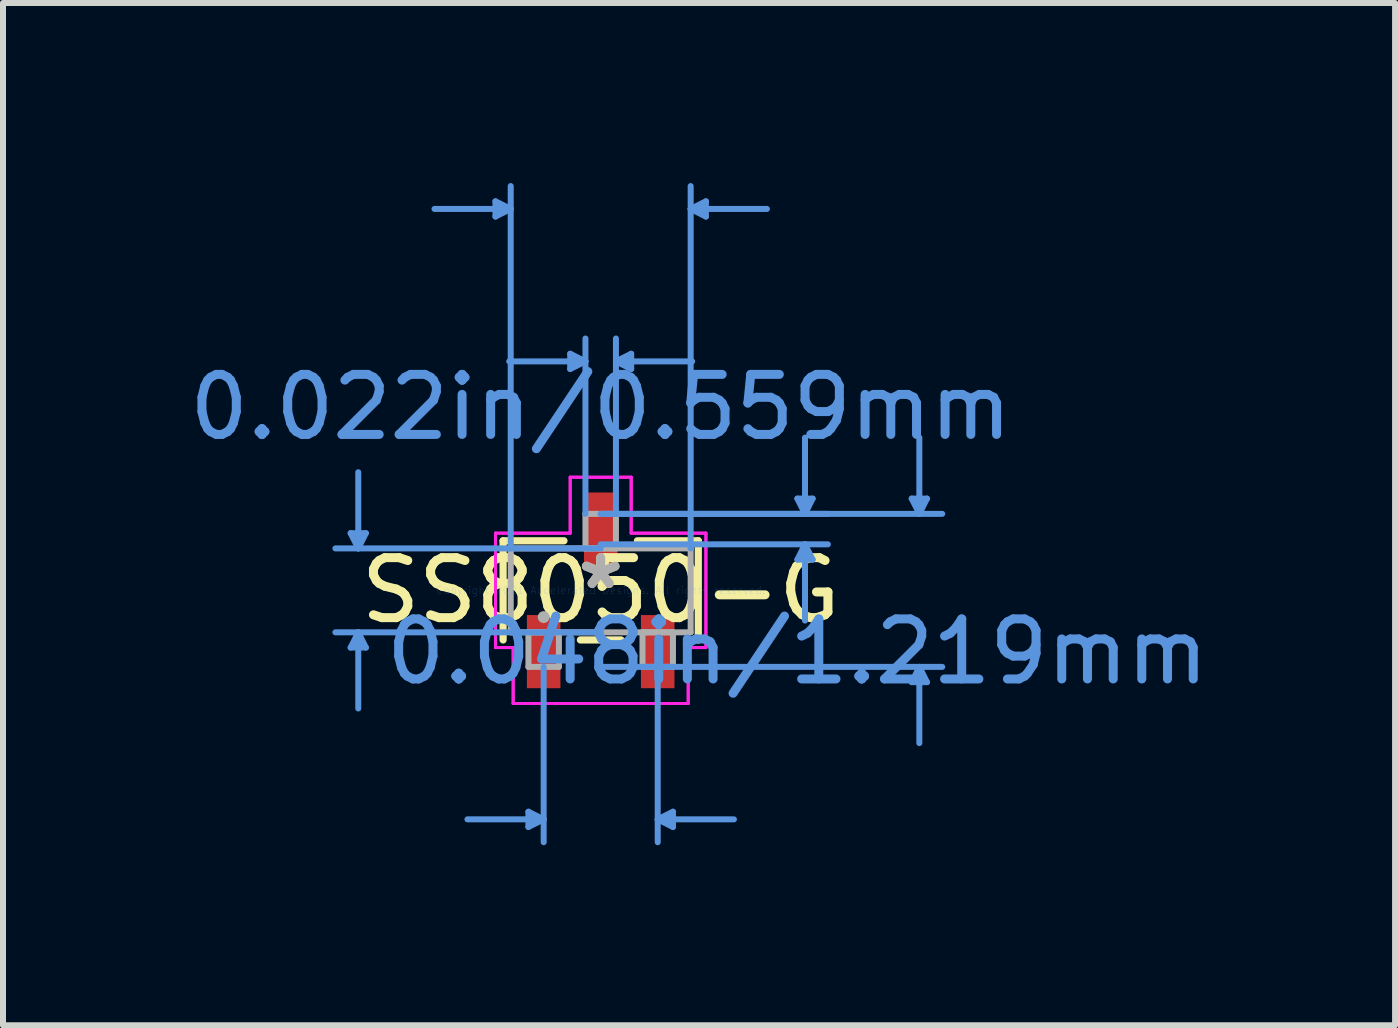
<source format=kicad_pcb>
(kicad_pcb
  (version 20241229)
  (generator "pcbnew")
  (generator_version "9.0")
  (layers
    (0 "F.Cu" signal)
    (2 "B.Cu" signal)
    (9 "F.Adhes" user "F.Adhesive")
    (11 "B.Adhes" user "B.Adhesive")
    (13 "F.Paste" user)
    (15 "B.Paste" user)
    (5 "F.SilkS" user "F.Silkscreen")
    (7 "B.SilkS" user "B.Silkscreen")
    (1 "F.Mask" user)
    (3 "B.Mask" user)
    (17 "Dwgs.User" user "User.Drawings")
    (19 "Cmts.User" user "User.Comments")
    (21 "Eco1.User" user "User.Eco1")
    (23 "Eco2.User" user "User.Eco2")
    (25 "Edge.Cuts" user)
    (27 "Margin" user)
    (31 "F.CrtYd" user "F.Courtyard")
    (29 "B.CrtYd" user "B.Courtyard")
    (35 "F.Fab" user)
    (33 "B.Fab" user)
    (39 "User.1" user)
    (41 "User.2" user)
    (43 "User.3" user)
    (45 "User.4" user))
  (footprint "SS8050-G"
    (layer "F.Cu")
    (at 6.958 6.786)
    (property "Reference" "SS8050-G" (at 0 0 0) (layer "F.SilkS") (effects (font (size 1 1) (thickness 0.15))))
    (attr through_hole)
    (fp_line (start -1.626 -0.826) (end -1.626 0.826) (stroke (width 0.12) (type solid)) (layer "F.SilkS"))
    (fp_line (start -0.612 -0.826) (end -1.626 -0.826) (stroke (width 0.12) (type solid)) (layer "F.SilkS"))
    (fp_line (start -0.338 0.826) (end 0.338 0.826) (stroke (width 0.12) (type solid)) (layer "F.SilkS"))
    (fp_line (start 1.626 -0.826) (end 0.612 -0.826) (stroke (width 0.12) (type solid)) (layer "F.SilkS"))
    (fp_line (start 1.626 0.826) (end 1.626 -0.826) (stroke (width 0.12) (type solid)) (layer "F.SilkS"))
    (fp_line (start -4.166 -0.953) (end -3.912 -0.953) (stroke (width 0.1) (type solid)) (layer "Cmts.User"))
    (fp_line (start -4.166 0.953) (end -3.912 0.953) (stroke (width 0.1) (type solid)) (layer "Cmts.User"))
    (fp_line (start -4.039 -0.699) (end -4.166 -0.953) (stroke (width 0.1) (type solid)) (layer "Cmts.User"))
    (fp_line (start -4.039 -0.699) (end -4.039 -1.968) (stroke (width 0.1) (type solid)) (layer "Cmts.User"))
    (fp_line (start -4.039 -0.699) (end -3.912 -0.953) (stroke (width 0.1) (type solid)) (layer "Cmts.User"))
    (fp_line (start -4.039 0.699) (end -4.166 0.953) (stroke (width 0.1) (type solid)) (layer "Cmts.User"))
    (fp_line (start -4.039 0.699) (end -4.039 1.968) (stroke (width 0.1) (type solid)) (layer "Cmts.User"))
    (fp_line (start -4.039 0.699) (end -3.912 0.953) (stroke (width 0.1) (type solid)) (layer "Cmts.User"))
    (fp_line (start -1.753 -6.482) (end -1.753 -6.228) (stroke (width 0.1) (type solid)) (layer "Cmts.User"))
    (fp_line (start -1.499 -6.355) (end -2.769 -6.355) (stroke (width 0.1) (type solid)) (layer "Cmts.User"))
    (fp_line (start -1.499 -6.355) (end -1.753 -6.482) (stroke (width 0.1) (type solid)) (layer "Cmts.User"))
    (fp_line (start -1.499 -6.355) (end -1.753 -6.228) (stroke (width 0.1) (type solid)) (layer "Cmts.User"))
    (fp_line (start -1.499 -0.699) (end -1.499 -6.736) (stroke (width 0.1) (type solid)) (layer "Cmts.User"))
    (fp_line (start -1.204 3.688) (end -1.204 3.942) (stroke (width 0.1) (type solid)) (layer "Cmts.User"))
    (fp_line (start -0.95 1.275) (end -0.95 4.196) (stroke (width 0.1) (type solid)) (layer "Cmts.User"))
    (fp_line (start -0.95 3.815) (end -2.22 3.815) (stroke (width 0.1) (type solid)) (layer "Cmts.User"))
    (fp_line (start -0.95 3.815) (end -1.204 3.688) (stroke (width 0.1) (type solid)) (layer "Cmts.User"))
    (fp_line (start -0.95 3.815) (end -1.204 3.942) (stroke (width 0.1) (type solid)) (layer "Cmts.User"))
    (fp_line (start -0.508 -3.942) (end -0.508 -3.688) (stroke (width 0.1) (type solid)) (layer "Cmts.User"))
    (fp_line (start -0.254 -3.815) (end -1.524 -3.815) (stroke (width 0.1) (type solid)) (layer "Cmts.User"))
    (fp_line (start -0.254 -3.815) (end -0.508 -3.942) (stroke (width 0.1) (type solid)) (layer "Cmts.User"))
    (fp_line (start -0.254 -3.815) (end -0.508 -3.688) (stroke (width 0.1) (type solid)) (layer "Cmts.User"))
    (fp_line (start -0.254 -1.275) (end -0.254 -4.196) (stroke (width 0.1) (type solid)) (layer "Cmts.User"))
    (fp_line (start 0 -1.275) (end 3.785 -1.275) (stroke (width 0.1) (type solid)) (layer "Cmts.User"))
    (fp_line (start 0 -1.275) (end 5.69 -1.275) (stroke (width 0.1) (type solid)) (layer "Cmts.User"))
    (fp_line (start 0 -0.767) (end 3.785 -0.767) (stroke (width 0.1) (type solid)) (layer "Cmts.User"))
    (fp_line (start 0 -0.699) (end -4.42 -0.699) (stroke (width 0.1) (type solid)) (layer "Cmts.User"))
    (fp_line (start 0 0.699) (end -4.42 0.699) (stroke (width 0.1) (type solid)) (layer "Cmts.User"))
    (fp_line (start 0 1.275) (end 5.69 1.275) (stroke (width 0.1) (type solid)) (layer "Cmts.User"))
    (fp_line (start 0.254 -3.815) (end 0.508 -3.942) (stroke (width 0.1) (type solid)) (layer "Cmts.User"))
    (fp_line (start 0.254 -3.815) (end 0.508 -3.688) (stroke (width 0.1) (type solid)) (layer "Cmts.User"))
    (fp_line (start 0.254 -3.815) (end 1.524 -3.815) (stroke (width 0.1) (type solid)) (layer "Cmts.User"))
    (fp_line (start 0.254 -1.275) (end 0.254 -4.196) (stroke (width 0.1) (type solid)) (layer "Cmts.User"))
    (fp_line (start 0.508 -3.942) (end 0.508 -3.688) (stroke (width 0.1) (type solid)) (layer "Cmts.User"))
    (fp_line (start 0.95 1.275) (end 0.95 4.196) (stroke (width 0.1) (type solid)) (layer "Cmts.User"))
    (fp_line (start 0.95 3.815) (end 1.204 3.688) (stroke (width 0.1) (type solid)) (layer "Cmts.User"))
    (fp_line (start 0.95 3.815) (end 1.204 3.942) (stroke (width 0.1) (type solid)) (layer "Cmts.User"))
    (fp_line (start 0.95 3.815) (end 2.22 3.815) (stroke (width 0.1) (type solid)) (layer "Cmts.User"))
    (fp_line (start 1.204 3.688) (end 1.204 3.942) (stroke (width 0.1) (type solid)) (layer "Cmts.User"))
    (fp_line (start 1.499 -6.355) (end 1.753 -6.482) (stroke (width 0.1) (type solid)) (layer "Cmts.User"))
    (fp_line (start 1.499 -6.355) (end 1.753 -6.228) (stroke (width 0.1) (type solid)) (layer "Cmts.User"))
    (fp_line (start 1.499 -6.355) (end 2.769 -6.355) (stroke (width 0.1) (type solid)) (layer "Cmts.User"))
    (fp_line (start 1.499 -0.699) (end 1.499 -6.736) (stroke (width 0.1) (type solid)) (layer "Cmts.User"))
    (fp_line (start 1.753 -6.482) (end 1.753 -6.228) (stroke (width 0.1) (type solid)) (layer "Cmts.User"))
    (fp_line (start 3.277 -1.529) (end 3.531 -1.529) (stroke (width 0.1) (type solid)) (layer "Cmts.User"))
    (fp_line (start 3.277 -0.513) (end 3.531 -0.513) (stroke (width 0.1) (type solid)) (layer "Cmts.User"))
    (fp_line (start 3.404 -1.275) (end 3.277 -1.529) (stroke (width 0.1) (type solid)) (layer "Cmts.User"))
    (fp_line (start 3.404 -1.275) (end 3.404 -2.545) (stroke (width 0.1) (type solid)) (layer "Cmts.User"))
    (fp_line (start 3.404 -1.275) (end 3.531 -1.529) (stroke (width 0.1) (type solid)) (layer "Cmts.User"))
    (fp_line (start 3.404 -0.767) (end 3.277 -0.513) (stroke (width 0.1) (type solid)) (layer "Cmts.User"))
    (fp_line (start 3.404 -0.767) (end 3.404 0.503) (stroke (width 0.1) (type solid)) (layer "Cmts.User"))
    (fp_line (start 3.404 -0.767) (end 3.531 -0.513) (stroke (width 0.1) (type solid)) (layer "Cmts.User"))
    (fp_line (start 5.182 -1.529) (end 5.436 -1.529) (stroke (width 0.1) (type solid)) (layer "Cmts.User"))
    (fp_line (start 5.182 1.529) (end 5.436 1.529) (stroke (width 0.1) (type solid)) (layer "Cmts.User"))
    (fp_line (start 5.309 -1.275) (end 5.182 -1.529) (stroke (width 0.1) (type solid)) (layer "Cmts.User"))
    (fp_line (start 5.309 -1.275) (end 5.309 -2.545) (stroke (width 0.1) (type solid)) (layer "Cmts.User"))
    (fp_line (start 5.309 -1.275) (end 5.436 -1.529) (stroke (width 0.1) (type solid)) (layer "Cmts.User"))
    (fp_line (start 5.309 1.275) (end 5.182 1.529) (stroke (width 0.1) (type solid)) (layer "Cmts.User"))
    (fp_line (start 5.309 1.275) (end 5.309 2.545) (stroke (width 0.1) (type solid)) (layer "Cmts.User"))
    (fp_line (start 5.309 1.275) (end 5.436 1.529) (stroke (width 0.1) (type solid)) (layer "Cmts.User"))
    (fp_line (start -1.753 -0.953) (end -0.508 -0.953) (stroke (width 0.05) (type solid)) (layer "F.CrtYd"))
    (fp_line (start -1.753 -0.953) (end -0.508 -0.953) (stroke (width 0.05) (type solid)) (layer "F.CrtYd"))
    (fp_line (start -1.753 0.953) (end -1.753 -0.953) (stroke (width 0.05) (type solid)) (layer "F.CrtYd"))
    (fp_line (start -1.753 0.953) (end -1.753 -0.953) (stroke (width 0.05) (type solid)) (layer "F.CrtYd"))
    (fp_line (start -1.753 0.953) (end -1.458 0.953) (stroke (width 0.05) (type solid)) (layer "F.CrtYd"))
    (fp_line (start -1.458 0.953) (end -1.753 0.953) (stroke (width 0.05) (type solid)) (layer "F.CrtYd"))
    (fp_line (start -1.458 0.953) (end -1.458 1.885) (stroke (width 0.05) (type solid)) (layer "F.CrtYd"))
    (fp_line (start -1.458 1.885) (end -1.458 0.953) (stroke (width 0.05) (type solid)) (layer "F.CrtYd"))
    (fp_line (start -1.458 1.885) (end 1.458 1.885) (stroke (width 0.05) (type solid)) (layer "F.CrtYd"))
    (fp_line (start -0.508 -1.885) (end 0.508 -1.885) (stroke (width 0.05) (type solid)) (layer "F.CrtYd"))
    (fp_line (start -0.508 -1.885) (end 0.508 -1.885) (stroke (width 0.05) (type solid)) (layer "F.CrtYd"))
    (fp_line (start -0.508 -0.953) (end -0.508 -1.885) (stroke (width 0.05) (type solid)) (layer "F.CrtYd"))
    (fp_line (start -0.508 -0.953) (end -0.508 -1.885) (stroke (width 0.05) (type solid)) (layer "F.CrtYd"))
    (fp_line (start 0.508 -1.885) (end 0.508 -0.953) (stroke (width 0.05) (type solid)) (layer "F.CrtYd"))
    (fp_line (start 0.508 -0.953) (end 0.508 -1.885) (stroke (width 0.05) (type solid)) (layer "F.CrtYd"))
    (fp_line (start 0.508 -0.953) (end 1.753 -0.953) (stroke (width 0.05) (type solid)) (layer "F.CrtYd"))
    (fp_line (start 1.458 0.953) (end 1.458 1.885) (stroke (width 0.05) (type solid)) (layer "F.CrtYd"))
    (fp_line (start 1.458 0.953) (end 1.458 1.885) (stroke (width 0.05) (type solid)) (layer "F.CrtYd"))
    (fp_line (start 1.458 1.885) (end -1.458 1.885) (stroke (width 0.05) (type solid)) (layer "F.CrtYd"))
    (fp_line (start 1.753 -0.953) (end 0.508 -0.953) (stroke (width 0.05) (type solid)) (layer "F.CrtYd"))
    (fp_line (start 1.753 -0.953) (end 1.753 0.953) (stroke (width 0.05) (type solid)) (layer "F.CrtYd"))
    (fp_line (start 1.753 -0.953) (end 1.753 0.953) (stroke (width 0.05) (type solid)) (layer "F.CrtYd"))
    (fp_line (start 1.753 0.953) (end 1.458 0.953) (stroke (width 0.05) (type solid)) (layer "F.CrtYd"))
    (fp_line (start 1.753 0.953) (end 1.458 0.953) (stroke (width 0.05) (type solid)) (layer "F.CrtYd"))
    (fp_line (start -1.499 -0.699) (end -1.499 0.699) (stroke (width 0.1) (type solid)) (layer "F.Fab"))
    (fp_line (start -1.499 0.699) (end 1.499 0.699) (stroke (width 0.1) (type solid)) (layer "F.Fab"))
    (fp_line (start -1.204 0.699) (end -1.204 1.275) (stroke (width 0.1) (type solid)) (layer "F.Fab"))
    (fp_line (start -1.204 1.275) (end -0.696 1.275) (stroke (width 0.1) (type solid)) (layer "F.Fab"))
    (fp_line (start -0.696 0.699) (end -1.204 0.699) (stroke (width 0.1) (type solid)) (layer "F.Fab"))
    (fp_line (start -0.696 1.275) (end -0.696 0.699) (stroke (width 0.1) (type solid)) (layer "F.Fab"))
    (fp_line (start -0.254 -1.275) (end -0.254 -0.699) (stroke (width 0.1) (type solid)) (layer "F.Fab"))
    (fp_line (start -0.254 -0.699) (end 0.254 -0.699) (stroke (width 0.1) (type solid)) (layer "F.Fab"))
    (fp_line (start 0.254 -1.275) (end -0.254 -1.275) (stroke (width 0.1) (type solid)) (layer "F.Fab"))
    (fp_line (start 0.254 -0.699) (end 0.254 -1.275) (stroke (width 0.1) (type solid)) (layer "F.Fab"))
    (fp_line (start 0.696 0.699) (end 0.696 1.275) (stroke (width 0.1) (type solid)) (layer "F.Fab"))
    (fp_line (start 0.696 1.275) (end 1.204 1.275) (stroke (width 0.1) (type solid)) (layer "F.Fab"))
    (fp_line (start 1.204 0.699) (end 0.696 0.699) (stroke (width 0.1) (type solid)) (layer "F.Fab"))
    (fp_line (start 1.204 1.275) (end 1.204 0.699) (stroke (width 0.1) (type solid)) (layer "F.Fab"))
    (fp_line (start 1.499 -0.699) (end -1.499 -0.699) (stroke (width 0.1) (type solid)) (layer "F.Fab"))
    (fp_line (start 1.499 0.699) (end 1.499 -0.699) (stroke (width 0.1) (type solid)) (layer "F.Fab"))
    (fp_circle (center -0.95 0.445) (end -0.95 0.445) (stroke (width 0.1) (type solid)) (fill no) (layer "F.Fab"))
    (fp_text user "*" (at 0 0 0) (layer "F.SilkS") (effects (font (size 1 1) (thickness 0.15))))
    (fp_text user "0.048in/1.219mm" (at 3.277 1.021 0) (layer "Cmts.User") (effects (font (size 1 1) (thickness 0.15))))
    (fp_text user "Copyright 2021 Accelerated Designs. All rights reserved." (at 0 0 0) (layer "Cmts.User") (effects (font (size 0.127 0.127) (thickness 0.002))))
    (fp_text user "0.022in/0.559mm" (at 0 -3.053 0) (layer "Cmts.User") (effects (font (size 1 1) (thickness 0.15))))
    (fp_text user "*" (at 0 0 0) (layer "F.Fab") (effects (font (size 1 1) (thickness 0.15))))
    (pad "1" smd rect (at -0.95 1.021) (size 0.559 1.219) (layers "F.Cu" "F.Mask" "F.Paste"))
    (pad "2" smd rect (at 0.95 1.021) (size 0.559 1.219) (layers "F.Cu" "F.Mask" "F.Paste"))
    (pad "3" smd rect (at 0 -1.021) (size 0.559 1.219) (layers "F.Cu" "F.Mask" "F.Paste")))
  (gr_rect
    (start -3 -3)
    (end 20.193 14.032)
    (stroke (width 0.1) (type default))
    (fill no)
    (layer "Edge.Cuts")))
</source>
